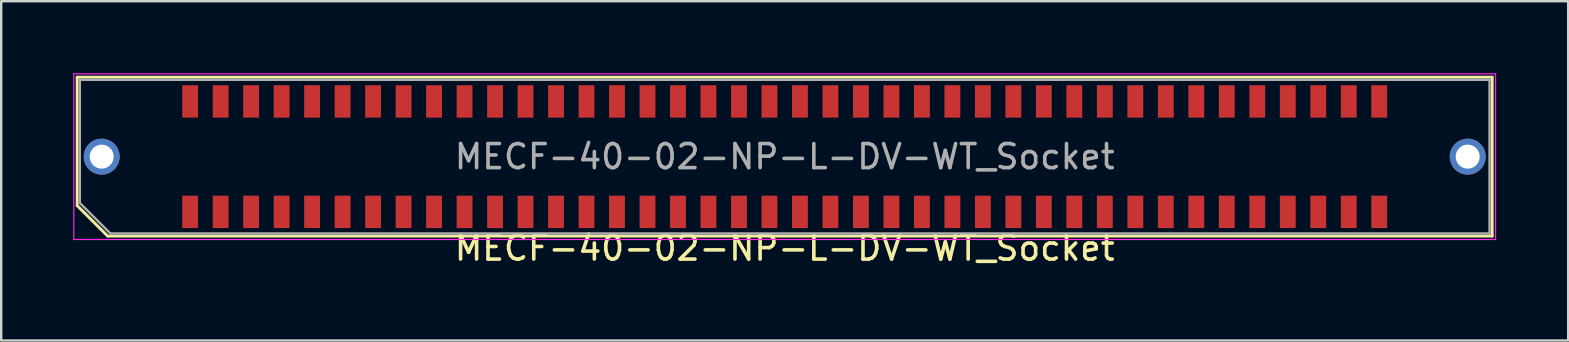
<source format=kicad_pcb>
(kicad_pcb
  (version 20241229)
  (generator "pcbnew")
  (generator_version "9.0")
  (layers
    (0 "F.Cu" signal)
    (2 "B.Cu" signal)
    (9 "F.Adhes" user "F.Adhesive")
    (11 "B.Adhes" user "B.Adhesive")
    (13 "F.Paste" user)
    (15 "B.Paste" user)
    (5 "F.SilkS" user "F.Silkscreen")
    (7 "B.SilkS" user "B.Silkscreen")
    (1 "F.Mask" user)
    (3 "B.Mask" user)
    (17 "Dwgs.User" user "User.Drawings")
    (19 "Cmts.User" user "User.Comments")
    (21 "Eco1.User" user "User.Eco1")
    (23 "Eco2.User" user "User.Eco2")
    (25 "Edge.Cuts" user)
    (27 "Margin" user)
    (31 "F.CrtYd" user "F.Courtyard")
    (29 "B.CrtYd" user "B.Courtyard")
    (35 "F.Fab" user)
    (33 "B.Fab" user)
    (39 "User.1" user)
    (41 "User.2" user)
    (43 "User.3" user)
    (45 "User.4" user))
  (footprint "MECF-40-02-NP-L-DV-WT_Socket"
    (layer "F.Cu")
    (at 29.635 3.475)
    (property "Reference" "MECF-40-02-NP-L-DV-WT_Socket" (at 0 3.81 0) (layer "F.SilkS") (effects (font (size 1 1) (thickness 0.15))))
    (attr smd)
    (fp_line (start -29.47 -3.31) (end 29.47 -3.31) (stroke (width 0.12) (type solid)) (layer "F.SilkS"))
    (fp_line (start -29.47 2.04) (end -29.47 -3.31) (stroke (width 0.12) (type solid)) (layer "F.SilkS"))
    (fp_line (start -28.2 3.31) (end -29.47 2.04) (stroke (width 0.12) (type solid)) (layer "F.SilkS"))
    (fp_line (start -28.2 3.31) (end 29.47 3.31) (stroke (width 0.12) (type solid)) (layer "F.SilkS"))
    (fp_line (start 29.47 3.31) (end 29.47 -3.31) (stroke (width 0.12) (type solid)) (layer "F.SilkS"))
    (fp_line (start -29.61 -3.45) (end -29.61 3.45) (stroke (width 0.05) (type solid)) (layer "F.CrtYd"))
    (fp_line (start -29.61 3.45) (end 29.61 3.45) (stroke (width 0.05) (type solid)) (layer "F.CrtYd"))
    (fp_line (start 29.61 -3.45) (end -29.61 -3.45) (stroke (width 0.05) (type solid)) (layer "F.CrtYd"))
    (fp_line (start 29.61 3.45) (end 29.61 -3.45) (stroke (width 0.05) (type solid)) (layer "F.CrtYd"))
    (fp_line (start -29.36 -3.2) (end 29.36 -3.2) (stroke (width 0.1) (type solid)) (layer "F.Fab"))
    (fp_line (start -29.36 1.93) (end -29.36 -3.2) (stroke (width 0.1) (type solid)) (layer "F.Fab"))
    (fp_line (start -29.36 1.93) (end -28.09 3.2) (stroke (width 0.1) (type solid)) (layer "F.Fab"))
    (fp_line (start -28.09 3.2) (end 29.36 3.2) (stroke (width 0.1) (type solid)) (layer "F.Fab"))
    (fp_line (start 29.36 3.2) (end 29.36 -3.2) (stroke (width 0.1) (type solid)) (layer "F.Fab"))
    (fp_text user "${REFERENCE}" (at 0 0 0) (layer "F.Fab") (effects (font (size 1 1) (thickness 0.15))))
    (pad "" thru_hole circle (at -28.45 0) (size 1.5 1.5) (drill 1) (layers "*.Cu" "*.Mask"))
    (pad "" np_thru_hole circle (at -26.545 0) (size 0.001 0.001) (drill 1.45) (layers "*.Cu" "*.Mask"))
    (pad "" np_thru_hole circle (at 26.545 1) (size 0.001 0.001) (drill 1.45) (layers "*.Cu" "*.Mask"))
    (pad "" thru_hole circle (at 28.45 0) (size 1.5 1.5) (drill 1) (layers "*.Cu" "*.Mask"))
    (pad "1" smd rect (at -24.765 2.3) (size 0.66 1.35) (layers "F.Cu" "F.Mask" "F.Paste"))
    (pad "2" smd rect (at -24.765 -2.3) (size 0.66 1.35) (layers "F.Cu" "F.Mask" "F.Paste"))
    (pad "3" smd rect (at -23.495 2.3) (size 0.66 1.35) (layers "F.Cu" "F.Mask" "F.Paste"))
    (pad "4" smd rect (at -23.495 -2.3) (size 0.66 1.35) (layers "F.Cu" "F.Mask" "F.Paste"))
    (pad "5" smd rect (at -22.225 2.3) (size 0.66 1.35) (layers "F.Cu" "F.Mask" "F.Paste"))
    (pad "6" smd rect (at -22.225 -2.3) (size 0.66 1.35) (layers "F.Cu" "F.Mask" "F.Paste"))
    (pad "7" smd rect (at -20.955 2.3) (size 0.66 1.35) (layers "F.Cu" "F.Mask" "F.Paste"))
    (pad "8" smd rect (at -20.955 -2.3) (size 0.66 1.35) (layers "F.Cu" "F.Mask" "F.Paste"))
    (pad "9" smd rect (at -19.685 2.3) (size 0.66 1.35) (layers "F.Cu" "F.Mask" "F.Paste"))
    (pad "10" smd rect (at -19.685 -2.3) (size 0.66 1.35) (layers "F.Cu" "F.Mask" "F.Paste"))
    (pad "11" smd rect (at -18.415 2.3) (size 0.66 1.35) (layers "F.Cu" "F.Mask" "F.Paste"))
    (pad "12" smd rect (at -18.415 -2.3) (size 0.66 1.35) (layers "F.Cu" "F.Mask" "F.Paste"))
    (pad "13" smd rect (at -17.145 2.3) (size 0.66 1.35) (layers "F.Cu" "F.Mask" "F.Paste"))
    (pad "14" smd rect (at -17.145 -2.3) (size 0.66 1.35) (layers "F.Cu" "F.Mask" "F.Paste"))
    (pad "15" smd rect (at -15.875 2.3) (size 0.66 1.35) (layers "F.Cu" "F.Mask" "F.Paste"))
    (pad "16" smd rect (at -15.875 -2.3) (size 0.66 1.35) (layers "F.Cu" "F.Mask" "F.Paste"))
    (pad "17" smd rect (at -14.605 2.3) (size 0.66 1.35) (layers "F.Cu" "F.Mask" "F.Paste"))
    (pad "18" smd rect (at -14.605 -2.3) (size 0.66 1.35) (layers "F.Cu" "F.Mask" "F.Paste"))
    (pad "19" smd rect (at -13.335 2.3) (size 0.66 1.35) (layers "F.Cu" "F.Mask" "F.Paste"))
    (pad "20" smd rect (at -13.335 -2.3) (size 0.66 1.35) (layers "F.Cu" "F.Mask" "F.Paste"))
    (pad "21" smd rect (at -12.065 2.3) (size 0.66 1.35) (layers "F.Cu" "F.Mask" "F.Paste"))
    (pad "22" smd rect (at -12.065 -2.3) (size 0.66 1.35) (layers "F.Cu" "F.Mask" "F.Paste"))
    (pad "23" smd rect (at -10.795 2.3) (size 0.66 1.35) (layers "F.Cu" "F.Mask" "F.Paste"))
    (pad "24" smd rect (at -10.795 -2.3) (size 0.66 1.35) (layers "F.Cu" "F.Mask" "F.Paste"))
    (pad "25" smd rect (at -9.525 2.3) (size 0.66 1.35) (layers "F.Cu" "F.Mask" "F.Paste"))
    (pad "26" smd rect (at -9.525 -2.3) (size 0.66 1.35) (layers "F.Cu" "F.Mask" "F.Paste"))
    (pad "27" smd rect (at -8.255 2.3) (size 0.66 1.35) (layers "F.Cu" "F.Mask" "F.Paste"))
    (pad "28" smd rect (at -8.255 -2.3) (size 0.66 1.35) (layers "F.Cu" "F.Mask" "F.Paste"))
    (pad "29" smd rect (at -6.985 2.3) (size 0.66 1.35) (layers "F.Cu" "F.Mask" "F.Paste"))
    (pad "30" smd rect (at -6.985 -2.3) (size 0.66 1.35) (layers "F.Cu" "F.Mask" "F.Paste"))
    (pad "31" smd rect (at -5.715 2.3) (size 0.66 1.35) (layers "F.Cu" "F.Mask" "F.Paste"))
    (pad "32" smd rect (at -5.715 -2.3) (size 0.66 1.35) (layers "F.Cu" "F.Mask" "F.Paste"))
    (pad "33" smd rect (at -4.445 2.3) (size 0.66 1.35) (layers "F.Cu" "F.Mask" "F.Paste"))
    (pad "34" smd rect (at -4.445 -2.3) (size 0.66 1.35) (layers "F.Cu" "F.Mask" "F.Paste"))
    (pad "35" smd rect (at -3.175 2.3) (size 0.66 1.35) (layers "F.Cu" "F.Mask" "F.Paste"))
    (pad "36" smd rect (at -3.175 -2.3) (size 0.66 1.35) (layers "F.Cu" "F.Mask" "F.Paste"))
    (pad "37" smd rect (at -1.905 2.3) (size 0.66 1.35) (layers "F.Cu" "F.Mask" "F.Paste"))
    (pad "38" smd rect (at -1.905 -2.3) (size 0.66 1.35) (layers "F.Cu" "F.Mask" "F.Paste"))
    (pad "39" smd rect (at -0.635 2.3) (size 0.66 1.35) (layers "F.Cu" "F.Mask" "F.Paste"))
    (pad "40" smd rect (at -0.635 -2.3) (size 0.66 1.35) (layers "F.Cu" "F.Mask" "F.Paste"))
    (pad "41" smd rect (at 0.635 2.3) (size 0.66 1.35) (layers "F.Cu" "F.Mask" "F.Paste"))
    (pad "42" smd rect (at 0.635 -2.3) (size 0.66 1.35) (layers "F.Cu" "F.Mask" "F.Paste"))
    (pad "43" smd rect (at 1.905 2.3) (size 0.66 1.35) (layers "F.Cu" "F.Mask" "F.Paste"))
    (pad "44" smd rect (at 1.905 -2.3) (size 0.66 1.35) (layers "F.Cu" "F.Mask" "F.Paste"))
    (pad "45" smd rect (at 3.175 2.3) (size 0.66 1.35) (layers "F.Cu" "F.Mask" "F.Paste"))
    (pad "46" smd rect (at 3.175 -2.3) (size 0.66 1.35) (layers "F.Cu" "F.Mask" "F.Paste"))
    (pad "47" smd rect (at 4.445 2.3) (size 0.66 1.35) (layers "F.Cu" "F.Mask" "F.Paste"))
    (pad "48" smd rect (at 4.445 -2.3) (size 0.66 1.35) (layers "F.Cu" "F.Mask" "F.Paste"))
    (pad "49" smd rect (at 5.715 2.3) (size 0.66 1.35) (layers "F.Cu" "F.Mask" "F.Paste"))
    (pad "50" smd rect (at 5.715 -2.3) (size 0.66 1.35) (layers "F.Cu" "F.Mask" "F.Paste"))
    (pad "51" smd rect (at 6.985 2.3) (size 0.66 1.35) (layers "F.Cu" "F.Mask" "F.Paste"))
    (pad "52" smd rect (at 6.985 -2.3) (size 0.66 1.35) (layers "F.Cu" "F.Mask" "F.Paste"))
    (pad "53" smd rect (at 8.255 2.3) (size 0.66 1.35) (layers "F.Cu" "F.Mask" "F.Paste"))
    (pad "54" smd rect (at 8.255 -2.3) (size 0.66 1.35) (layers "F.Cu" "F.Mask" "F.Paste"))
    (pad "55" smd rect (at 9.525 2.3) (size 0.66 1.35) (layers "F.Cu" "F.Mask" "F.Paste"))
    (pad "56" smd rect (at 9.525 -2.3) (size 0.66 1.35) (layers "F.Cu" "F.Mask" "F.Paste"))
    (pad "57" smd rect (at 10.795 2.3) (size 0.66 1.35) (layers "F.Cu" "F.Mask" "F.Paste"))
    (pad "58" smd rect (at 10.795 -2.3) (size 0.66 1.35) (layers "F.Cu" "F.Mask" "F.Paste"))
    (pad "59" smd rect (at 12.065 2.3) (size 0.66 1.35) (layers "F.Cu" "F.Mask" "F.Paste"))
    (pad "60" smd rect (at 12.065 -2.3) (size 0.66 1.35) (layers "F.Cu" "F.Mask" "F.Paste"))
    (pad "61" smd rect (at 13.335 2.3) (size 0.66 1.35) (layers "F.Cu" "F.Mask" "F.Paste"))
    (pad "62" smd rect (at 13.335 -2.3) (size 0.66 1.35) (layers "F.Cu" "F.Mask" "F.Paste"))
    (pad "63" smd rect (at 14.605 2.3) (size 0.66 1.35) (layers "F.Cu" "F.Mask" "F.Paste"))
    (pad "64" smd rect (at 14.605 -2.3) (size 0.66 1.35) (layers "F.Cu" "F.Mask" "F.Paste"))
    (pad "65" smd rect (at 15.875 2.3) (size 0.66 1.35) (layers "F.Cu" "F.Mask" "F.Paste"))
    (pad "66" smd rect (at 15.875 -2.3) (size 0.66 1.35) (layers "F.Cu" "F.Mask" "F.Paste"))
    (pad "67" smd rect (at 17.145 2.3) (size 0.66 1.35) (layers "F.Cu" "F.Mask" "F.Paste"))
    (pad "68" smd rect (at 17.145 -2.3) (size 0.66 1.35) (layers "F.Cu" "F.Mask" "F.Paste"))
    (pad "69" smd rect (at 18.415 2.3) (size 0.66 1.35) (layers "F.Cu" "F.Mask" "F.Paste"))
    (pad "70" smd rect (at 18.415 -2.3) (size 0.66 1.35) (layers "F.Cu" "F.Mask" "F.Paste"))
    (pad "71" smd rect (at 19.685 2.3) (size 0.66 1.35) (layers "F.Cu" "F.Mask" "F.Paste"))
    (pad "72" smd rect (at 19.685 -2.3) (size 0.66 1.35) (layers "F.Cu" "F.Mask" "F.Paste"))
    (pad "73" smd rect (at 20.955 2.3) (size 0.66 1.35) (layers "F.Cu" "F.Mask" "F.Paste"))
    (pad "74" smd rect (at 20.955 -2.3) (size 0.66 1.35) (layers "F.Cu" "F.Mask" "F.Paste"))
    (pad "75" smd rect (at 22.225 2.3) (size 0.66 1.35) (layers "F.Cu" "F.Mask" "F.Paste"))
    (pad "76" smd rect (at 22.225 -2.3) (size 0.66 1.35) (layers "F.Cu" "F.Mask" "F.Paste"))
    (pad "77" smd rect (at 23.495 2.3) (size 0.66 1.35) (layers "F.Cu" "F.Mask" "F.Paste"))
    (pad "78" smd rect (at 23.495 -2.3) (size 0.66 1.35) (layers "F.Cu" "F.Mask" "F.Paste"))
    (pad "79" smd rect (at 24.765 2.3) (size 0.66 1.35) (layers "F.Cu" "F.Mask" "F.Paste"))
    (pad "80" smd rect (at 24.765 -2.3) (size 0.66 1.35) (layers "F.Cu" "F.Mask" "F.Paste")))
  (gr_rect
    (start -3 -3)
    (end 62.27 11.133)
    (stroke (width 0.1) (type default))
    (fill no)
    (layer "Edge.Cuts")))
</source>
